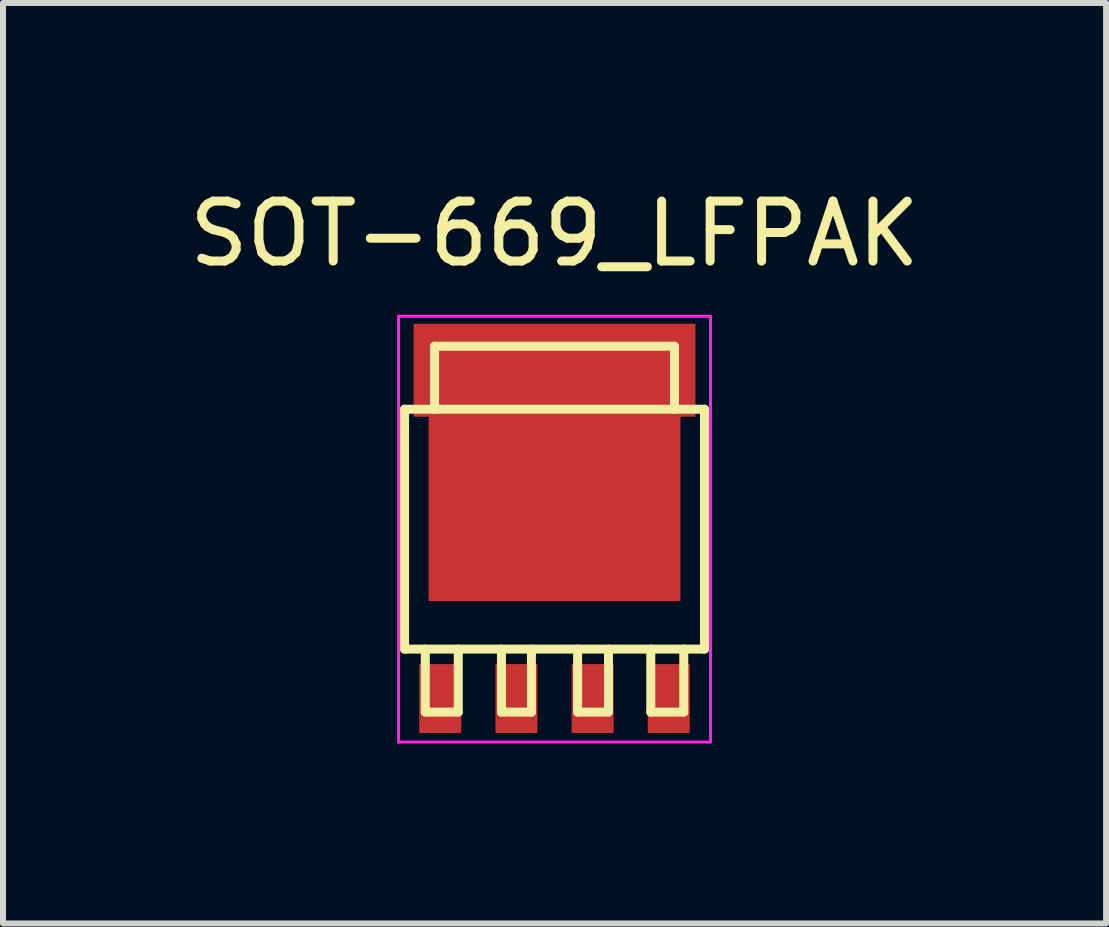
<source format=kicad_pcb>
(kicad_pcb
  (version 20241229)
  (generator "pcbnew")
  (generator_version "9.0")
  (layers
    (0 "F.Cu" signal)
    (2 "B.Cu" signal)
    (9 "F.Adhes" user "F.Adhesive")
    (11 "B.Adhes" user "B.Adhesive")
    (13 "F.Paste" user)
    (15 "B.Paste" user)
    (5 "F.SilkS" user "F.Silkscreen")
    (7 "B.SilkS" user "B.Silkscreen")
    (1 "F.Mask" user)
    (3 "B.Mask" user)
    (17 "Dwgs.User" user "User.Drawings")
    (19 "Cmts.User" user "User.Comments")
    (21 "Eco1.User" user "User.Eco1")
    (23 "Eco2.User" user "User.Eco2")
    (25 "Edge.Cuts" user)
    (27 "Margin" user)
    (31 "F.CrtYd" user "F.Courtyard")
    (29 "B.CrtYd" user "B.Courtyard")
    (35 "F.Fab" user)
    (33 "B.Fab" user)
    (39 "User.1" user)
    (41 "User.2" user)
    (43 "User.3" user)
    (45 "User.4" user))
  (footprint "SOT-669_LFPAK"
    (layer "F.Cu")
    (at 6.196 5.773)
    (property "Reference" "SOT-669_LFPAK" (at 0 -4.925 0) (layer "F.SilkS") (effects (font (size 1 1) (thickness 0.15))))
    (attr through_hole)
    (fp_line (start -2.5 -2) (end 2.5 -2) (stroke (width 0.15) (type solid)) (layer "F.SilkS"))
    (fp_line (start -2.5 2) (end -2.5 -2) (stroke (width 0.15) (type solid)) (layer "F.SilkS"))
    (fp_line (start -2.155 2) (end -2.155 3.05) (stroke (width 0.15) (type solid)) (layer "F.SilkS"))
    (fp_line (start -2.155 3.05) (end -1.605 3.05) (stroke (width 0.15) (type solid)) (layer "F.SilkS"))
    (fp_line (start -2 -3.05) (end 2 -3.05) (stroke (width 0.15) (type solid)) (layer "F.SilkS"))
    (fp_line (start -2 -2) (end -2 -3.05) (stroke (width 0.15) (type solid)) (layer "F.SilkS"))
    (fp_line (start -1.605 3.05) (end -1.605 2) (stroke (width 0.15) (type solid)) (layer "F.SilkS"))
    (fp_line (start -0.885 2) (end -0.885 3.05) (stroke (width 0.15) (type solid)) (layer "F.SilkS"))
    (fp_line (start -0.885 3.05) (end -0.385 3.05) (stroke (width 0.15) (type solid)) (layer "F.SilkS"))
    (fp_line (start -0.385 3.05) (end -0.385 2) (stroke (width 0.15) (type solid)) (layer "F.SilkS"))
    (fp_line (start 0.385 2) (end 0.385 3.05) (stroke (width 0.15) (type solid)) (layer "F.SilkS"))
    (fp_line (start 0.385 3.05) (end 0.885 3.05) (stroke (width 0.15) (type solid)) (layer "F.SilkS"))
    (fp_line (start 0.9 3.05) (end 0.9 2) (stroke (width 0.15) (type solid)) (layer "F.SilkS"))
    (fp_line (start 1.605 2) (end 1.605 3.05) (stroke (width 0.15) (type solid)) (layer "F.SilkS"))
    (fp_line (start 1.605 3.05) (end 2.155 3.05) (stroke (width 0.15) (type solid)) (layer "F.SilkS"))
    (fp_line (start 2 -3.05) (end 2 -2) (stroke (width 0.15) (type solid)) (layer "F.SilkS"))
    (fp_line (start 2.155 3.05) (end 2.155 2) (stroke (width 0.15) (type solid)) (layer "F.SilkS"))
    (fp_line (start 2.5 -2) (end 2.5 2) (stroke (width 0.15) (type solid)) (layer "F.SilkS"))
    (fp_line (start 2.5 2) (end -2.5 2) (stroke (width 0.15) (type solid)) (layer "F.SilkS"))
    (fp_line (start -2.6 -3.55) (end 2.6 -3.55) (stroke (width 0.05) (type solid)) (layer "F.CrtYd"))
    (fp_line (start -2.6 3.55) (end -2.6 -3.55) (stroke (width 0.05) (type solid)) (layer "F.CrtYd"))
    (fp_line (start -2.6 3.55) (end 2.6 3.55) (stroke (width 0.05) (type solid)) (layer "F.CrtYd"))
    (fp_line (start 2.6 -3.55) (end 2.6 3.55) (stroke (width 0.05) (type solid)) (layer "F.CrtYd"))
    (pad "" smd rect (at -1.875 -2.9) (size 0.6 0.9) (layers "F.Paste"))
    (pad "" smd rect (at -1.15 -1.05 90) (size 0.6 0.9) (layers "F.Paste"))
    (pad "" smd rect (at -1.15 -0.2 90) (size 0.6 0.9) (layers "F.Paste"))
    (pad "" smd rect (at -1.15 0.65 90) (size 0.6 0.9) (layers "F.Paste"))
    (pad "" smd rect (at -0.6 -2.9) (size 0.6 0.9) (layers "F.Paste"))
    (pad "" smd rect (at 0 -1.05 90) (size 0.6 0.9) (layers "F.Paste"))
    (pad "" smd rect (at 0 -0.2 90) (size 0.6 0.9) (layers "F.Paste"))
    (pad "" smd rect (at 0 0.65 90) (size 0.6 0.9) (layers "F.Paste"))
    (pad "" smd rect (at 0.6 -2.9) (size 0.6 0.9) (layers "F.Paste"))
    (pad "" smd rect (at 1.15 -1.05 90) (size 0.6 0.9) (layers "F.Paste"))
    (pad "" smd rect (at 1.15 -0.2 90) (size 0.6 0.9) (layers "F.Paste"))
    (pad "" smd rect (at 1.15 0.65 90) (size 0.6 0.9) (layers "F.Paste"))
    (pad "" smd rect (at 1.875 -2.9) (size 0.6 0.9) (layers "F.Paste"))
    (pad "D" smd rect (at 0 -2.65) (size 4.7 1.55) (layers "F.Cu" "F.Mask"))
    (pad "D" smd rect (at 0 -0.45) (size 4.2 3.3) (layers "F.Cu" "F.Mask"))
    (pad "G" smd rect (at 1.905 2.825) (size 0.7 1.15) (layers "F.Cu" "F.Mask" "F.Paste"))
    (pad "S" smd rect (at -1.905 2.825) (size 0.7 1.15) (layers "F.Cu" "F.Mask" "F.Paste"))
    (pad "S" smd rect (at -0.635 2.825) (size 0.7 1.15) (layers "F.Cu" "F.Mask" "F.Paste"))
    (pad "S" smd rect (at 0.635 2.825) (size 0.7 1.15) (layers "F.Cu" "F.Mask" "F.Paste")))
  (gr_rect
    (start -3 -3)
    (end 15.393 12.348)
    (stroke (width 0.1) (type default))
    (fill no)
    (layer "Edge.Cuts")))
</source>
